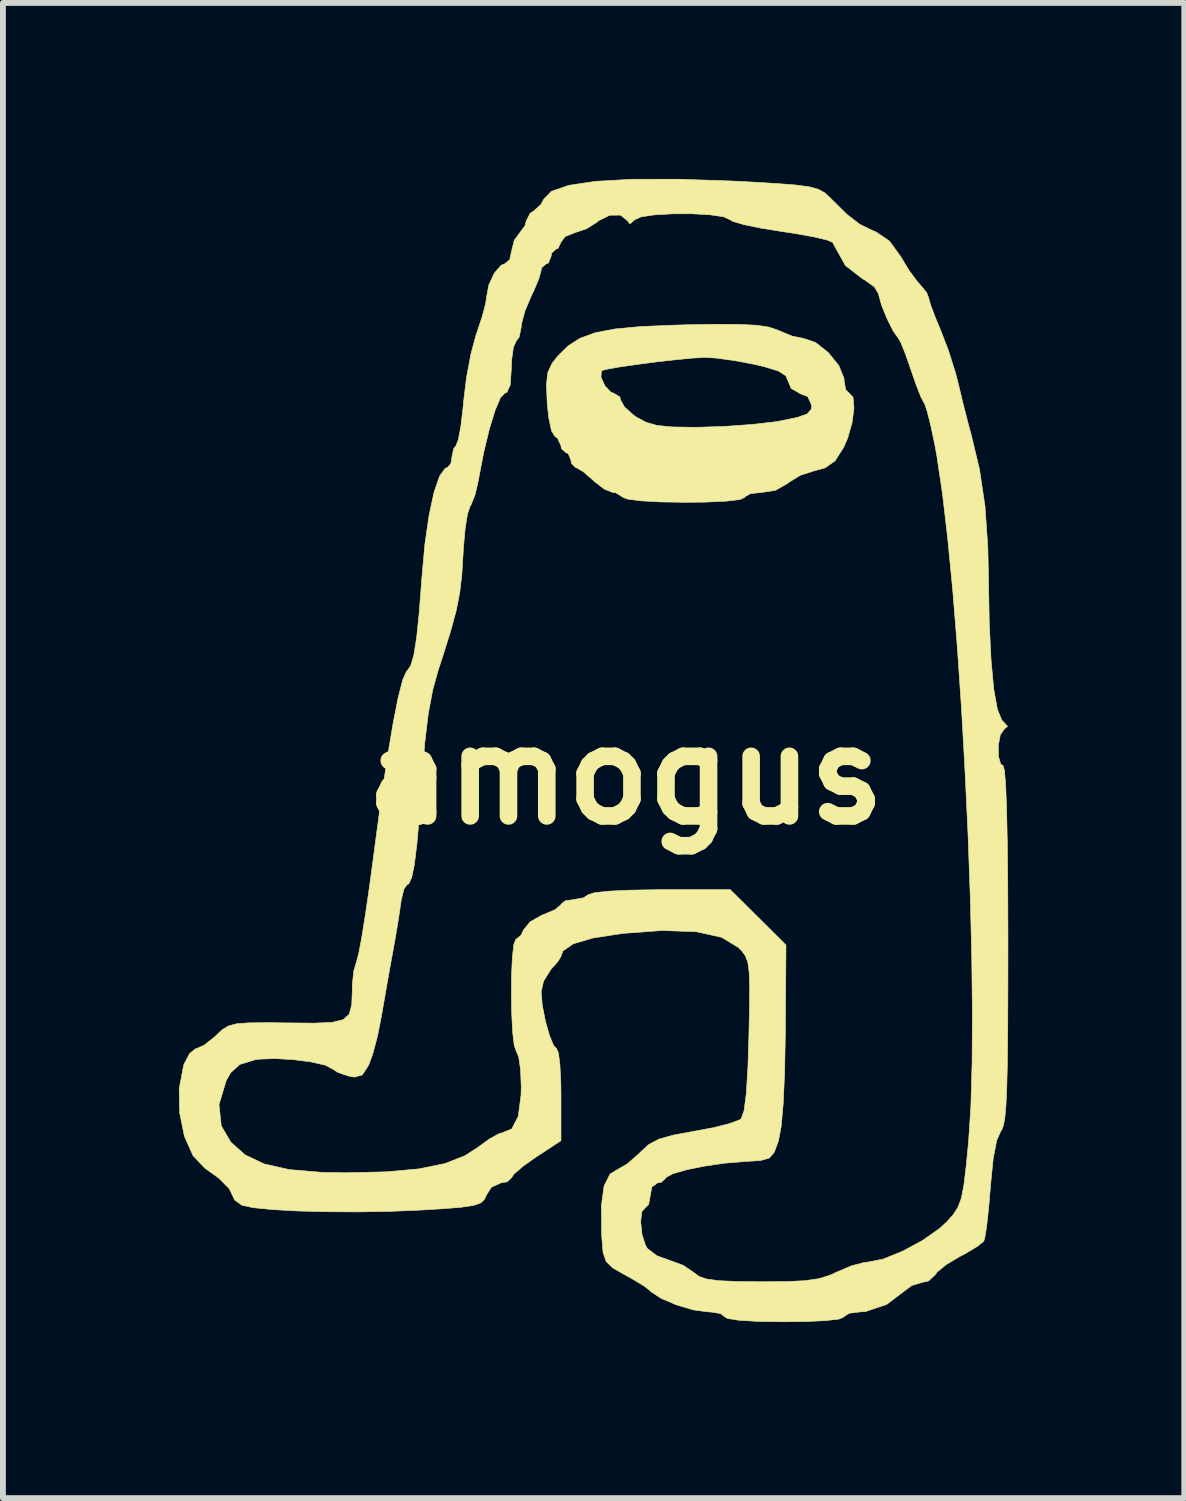
<source format=kicad_pcb>
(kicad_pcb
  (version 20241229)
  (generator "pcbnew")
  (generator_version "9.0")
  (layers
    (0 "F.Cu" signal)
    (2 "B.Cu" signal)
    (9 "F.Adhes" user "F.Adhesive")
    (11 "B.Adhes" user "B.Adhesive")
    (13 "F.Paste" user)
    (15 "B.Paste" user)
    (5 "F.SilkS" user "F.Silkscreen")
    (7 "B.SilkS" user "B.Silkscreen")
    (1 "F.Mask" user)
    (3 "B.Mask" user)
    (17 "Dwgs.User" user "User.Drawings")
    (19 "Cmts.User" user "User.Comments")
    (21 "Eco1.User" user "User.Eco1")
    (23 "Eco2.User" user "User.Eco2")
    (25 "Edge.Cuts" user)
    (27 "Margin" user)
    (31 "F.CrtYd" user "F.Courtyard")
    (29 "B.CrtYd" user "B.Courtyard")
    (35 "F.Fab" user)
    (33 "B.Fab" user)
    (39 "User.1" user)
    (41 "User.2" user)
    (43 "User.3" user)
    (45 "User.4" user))
  (footprint "amogus"
    (layer "F.Cu")
    (at 7.614 10.17)
    (property "Reference" "amogus" (at 0 0 0) (layer "F.SilkS") (effects (font (size 1.524 1.524) (thickness 0.3))))
    (attr through_hole)
    (fp_poly (pts (xy 1.964 -7.689) (xy 2.247 -7.674) (xy 2.445 -7.643) (xy 2.587 -7.596) (xy 2.617 -7.582) (xy 2.843 -7.489) (xy 3.034 -7.451) (xy 3.035 -7.451) (xy 3.238 -7.382) (xy 3.456 -7.21) (xy 3.635 -6.989) (xy 3.723 -6.773) (xy 3.725 -6.739) (xy 3.753 -6.576) (xy 3.81 -6.519) (xy 3.878 -6.448) (xy 3.894 -6.264) (xy 3.862 -6.016) (xy 3.787 -5.752) (xy 3.718 -5.593) (xy 3.57 -5.362) (xy 3.399 -5.243) (xy 3.231 -5.198) (xy 2.98 -5.118) (xy 2.783 -4.997) (xy 2.77 -4.984) (xy 2.555 -4.861) (xy 2.325 -4.826) (xy 2.13 -4.805) (xy 2.034 -4.752) (xy 2.032 -4.741) (xy 1.951 -4.704) (xy 1.72 -4.677) (xy 1.359 -4.66) (xy 1.021 -4.657) (xy 0.6 -4.663) (xy 0.262 -4.682) (xy 0.037 -4.711) (xy -0.042 -4.741) (xy -0.165 -4.819) (xy -0.221 -4.826) (xy -0.362 -4.882) (xy -0.539 -5.019) (xy -0.558 -5.038) (xy -0.721 -5.179) (xy -0.841 -5.248) (xy -0.851 -5.249) (xy -0.922 -5.318) (xy -0.931 -5.376) (xy -0.977 -5.489) (xy -1.016 -5.503) (xy -1.092 -5.571) (xy -1.101 -5.623) (xy -1.161 -5.753) (xy -1.201 -5.777) (xy -1.262 -5.876) (xy -1.311 -6.106) (xy -1.336 -6.355) (xy -1.348 -6.667) (xy -1.334 -6.791) (xy -0.419 -6.791) (xy -0.352 -6.643) (xy -0.251 -6.534) (xy -0.206 -6.519) (xy -0.097 -6.453) (xy -0.085 -6.401) (xy -0.019 -6.282) (xy 0.144 -6.137) (xy 0.191 -6.106) (xy 0.351 -6.02) (xy 0.535 -5.968) (xy 0.788 -5.942) (xy 1.153 -5.936) (xy 1.27 -5.937) (xy 1.705 -5.952) (xy 2.154 -5.984) (xy 2.535 -6.027) (xy 2.625 -6.042) (xy 2.926 -6.103) (xy 3.095 -6.163) (xy 3.165 -6.241) (xy 3.175 -6.308) (xy 3.106 -6.46) (xy 2.99 -6.503) (xy 2.823 -6.599) (xy 2.778 -6.708) (xy 2.732 -6.814) (xy 2.607 -6.895) (xy 2.366 -6.969) (xy 2.201 -7.008) (xy 1.863 -7.072) (xy 1.543 -7.116) (xy 1.352 -7.127) (xy 1.149 -7.116) (xy 0.858 -7.088) (xy 0.52 -7.05) (xy 0.181 -7.005) (xy -0.116 -6.962) (xy -0.328 -6.924) (xy -0.41 -6.9) (xy -0.419 -6.791) (xy -1.334 -6.791) (xy -1.325 -6.869) (xy -1.255 -7.022) (xy -1.159 -7.146) (xy -0.982 -7.321) (xy -0.778 -7.452) (xy -0.52 -7.547) (xy -0.18 -7.612) (xy 0.268 -7.654) (xy 0.851 -7.678) (xy 1.034 -7.683) (xy 1.569 -7.692) (xy 1.964 -7.689)) (stroke (width 0.01) (type solid)) (fill yes) (layer "F.SilkS"))
    (fp_poly (pts (xy 1.843 -10.133) (xy 2.091 -10.12) (xy 2.567 -10.092) (xy 2.904 -10.066) (xy 3.134 -10.035) (xy 3.287 -9.993) (xy 3.394 -9.934) (xy 3.485 -9.851) (xy 3.504 -9.832) (xy 3.774 -9.565) (xy 3.993 -9.396) (xy 4.213 -9.289) (xy 4.262 -9.271) (xy 4.498 -9.111) (xy 4.688 -8.85) (xy 4.834 -8.608) (xy 4.979 -8.414) (xy 5.016 -8.374) (xy 5.132 -8.233) (xy 5.165 -8.15) (xy 5.197 -8.031) (xy 5.279 -7.812) (xy 5.364 -7.609) (xy 5.502 -7.252) (xy 5.626 -6.86) (xy 5.67 -6.689) (xy 5.754 -6.339) (xy 5.845 -5.984) (xy 5.884 -5.842) (xy 6.032 -5.228) (xy 6.127 -4.597) (xy 6.176 -3.892) (xy 6.187 -3.382) (xy 6.2 -2.607) (xy 6.231 -1.968) (xy 6.277 -1.472) (xy 6.339 -1.127) (xy 6.415 -0.941) (xy 6.437 -0.92) (xy 6.512 -0.838) (xy 6.456 -0.791) (xy 6.389 -0.694) (xy 6.355 -0.516) (xy 6.357 -0.327) (xy 6.395 -0.194) (xy 6.435 -0.169) (xy 6.459 -0.085) (xy 6.48 0.163) (xy 6.496 0.573) (xy 6.508 1.139) (xy 6.516 1.857) (xy 6.519 2.722) (xy 6.519 2.885) (xy 6.518 3.708) (xy 6.515 4.378) (xy 6.509 4.91) (xy 6.499 5.319) (xy 6.485 5.621) (xy 6.466 5.832) (xy 6.442 5.968) (xy 6.412 6.043) (xy 6.399 6.059) (xy 6.328 6.218) (xy 6.267 6.534) (xy 6.221 6.995) (xy 6.22 7.017) (xy 6.189 7.382) (xy 6.156 7.684) (xy 6.124 7.884) (xy 6.107 7.938) (xy 6.005 8.023) (xy 5.806 8.144) (xy 5.69 8.205) (xy 5.465 8.339) (xy 5.311 8.466) (xy 5.278 8.513) (xy 5.164 8.618) (xy 5.077 8.636) (xy 4.884 8.693) (xy 4.811 8.745) (xy 4.45 9.018) (xy 4.09 9.139) (xy 4.003 9.144) (xy 3.815 9.167) (xy 3.726 9.222) (xy 3.725 9.229) (xy 3.644 9.266) (xy 3.413 9.293) (xy 3.051 9.31) (xy 2.709 9.313) (xy 2.263 9.307) (xy 1.933 9.287) (xy 1.739 9.257) (xy 1.693 9.229) (xy 1.619 9.172) (xy 1.436 9.145) (xy 1.4 9.144) (xy 1.158 9.111) (xy 0.873 9.027) (xy 0.61 8.916) (xy 0.436 8.803) (xy 0.417 8.781) (xy 0.318 8.705) (xy 0.123 8.587) (xy -0.007 8.515) (xy -0.216 8.396) (xy -0.331 8.286) (xy -0.383 8.13) (xy -0.405 7.869) (xy -0.407 7.82) (xy -0.412 7.335) (xy -0.366 6.999) (xy -0.265 6.797) (xy -0.152 6.726) (xy 0.023 6.626) (xy 0.221 6.455) (xy 0.253 6.422) (xy 0.396 6.291) (xy 0.57 6.199) (xy 0.822 6.129) (xy 1.173 6.065) (xy 1.508 6.002) (xy 1.782 5.932) (xy 1.95 5.868) (xy 1.971 5.852) (xy 2.02 5.718) (xy 2.059 5.421) (xy 2.087 4.96) (xy 2.103 4.445) (xy 2.113 3.948) (xy 2.116 3.592) (xy 2.107 3.348) (xy 2.085 3.186) (xy 2.044 3.077) (xy 1.983 2.993) (xy 1.924 2.932) (xy 1.638 2.759) (xy 1.202 2.663) (xy 0.619 2.643) (xy -0.052 2.693) (xy -0.554 2.77) (xy -0.892 2.87) (xy -1.069 2.993) (xy -1.101 3.084) (xy -1.154 3.173) (xy -1.27 3.302) (xy -1.398 3.506) (xy -1.439 3.688) (xy -1.419 3.919) (xy -1.367 4.184) (xy -1.298 4.43) (xy -1.226 4.604) (xy -1.175 4.657) (xy -1.143 4.735) (xy -1.118 4.946) (xy -1.103 5.251) (xy -1.101 5.441) (xy -1.101 6.226) (xy -1.524 6.503) (xy -1.75 6.663) (xy -1.903 6.796) (xy -1.947 6.861) (xy -2.018 6.927) (xy -2.119 6.943) (xy -2.287 7.019) (xy -2.367 7.145) (xy -2.408 7.23) (xy -2.473 7.289) (xy -2.593 7.33) (xy -2.797 7.36) (xy -3.114 7.386) (xy -3.515 7.41) (xy -4.025 7.431) (xy -4.563 7.44) (xy -5.097 7.437) (xy -5.594 7.424) (xy -6.022 7.4) (xy -6.347 7.368) (xy -6.537 7.327) (xy -6.54 7.326) (xy -6.665 7.236) (xy -6.689 7.182) (xy -6.756 7.044) (xy -6.932 6.866) (xy -7.177 6.689) (xy -7.177 6.689) (xy -7.375 6.478) (xy -7.52 6.151) (xy -7.601 5.755) (xy -7.604 5.61) (xy -6.931 5.61) (xy -6.892 5.973) (xy -6.73 6.251) (xy -6.486 6.468) (xy -6.161 6.622) (xy -5.73 6.719) (xy -5.172 6.766) (xy -4.784 6.773) (xy -4.08 6.757) (xy -3.519 6.706) (xy -3.08 6.616) (xy -2.739 6.483) (xy -2.524 6.344) (xy -2.319 6.196) (xy -2.159 6.107) (xy -2.116 6.096) (xy -1.94 6.026) (xy -1.829 5.811) (xy -1.781 5.445) (xy -1.778 5.303) (xy -1.79 5.012) (xy -1.822 4.794) (xy -1.863 4.699) (xy -1.898 4.6) (xy -1.924 4.379) (xy -1.94 4.077) (xy -1.946 3.735) (xy -1.943 3.395) (xy -1.929 3.098) (xy -1.905 2.884) (xy -1.871 2.795) (xy -1.868 2.794) (xy -1.782 2.724) (xy -1.737 2.63) (xy -1.627 2.495) (xy -1.424 2.38) (xy -1.393 2.369) (xy -1.201 2.287) (xy -1.104 2.207) (xy -1.101 2.195) (xy -1.028 2.136) (xy -0.894 2.117) (xy -0.715 2.085) (xy -0.635 2.032) (xy -0.532 1.999) (xy -0.284 1.972) (xy 0.083 1.955) (xy 0.545 1.947) (xy 0.601 1.947) (xy 1.785 1.947) (xy 2.26 2.418) (xy 2.735 2.889) (xy 2.724 4.396) (xy 2.712 5.053) (xy 2.688 5.587) (xy 2.653 5.984) (xy 2.607 6.227) (xy 2.605 6.233) (xy 2.536 6.421) (xy 2.452 6.521) (xy 2.303 6.564) (xy 2.036 6.581) (xy 2.032 6.581) (xy 1.694 6.609) (xy 1.349 6.659) (xy 1.039 6.722) (xy 0.804 6.79) (xy 0.684 6.855) (xy 0.677 6.872) (xy 0.609 6.935) (xy 0.55 6.943) (xy 0.448 7.016) (xy 0.423 7.154) (xy 0.394 7.313) (xy 0.339 7.366) (xy 0.277 7.437) (xy 0.258 7.609) (xy 0.28 7.821) (xy 0.339 8.009) (xy 0.372 8.064) (xy 0.533 8.187) (xy 0.745 8.264) (xy 0.986 8.352) (xy 1.16 8.471) (xy 1.251 8.54) (xy 1.385 8.585) (xy 1.596 8.613) (xy 1.916 8.627) (xy 2.289 8.631) (xy 2.742 8.628) (xy 3.065 8.612) (xy 3.301 8.577) (xy 3.489 8.518) (xy 3.598 8.467) (xy 3.85 8.36) (xy 4.072 8.301) (xy 4.122 8.297) (xy 4.384 8.247) (xy 4.715 8.114) (xy 5.059 7.929) (xy 5.356 7.721) (xy 5.477 7.609) (xy 5.589 7.483) (xy 5.668 7.36) (xy 5.725 7.205) (xy 5.768 6.983) (xy 5.807 6.658) (xy 5.848 6.242) (xy 5.887 5.641) (xy 5.908 4.899) (xy 5.913 4.039) (xy 5.902 3.088) (xy 5.877 2.07) (xy 5.839 1.011) (xy 5.788 -0.064) (xy 5.728 -1.13) (xy 5.658 -2.162) (xy 5.58 -3.134) (xy 5.494 -4.021) (xy 5.404 -4.799) (xy 5.308 -5.441) (xy 5.274 -5.63) (xy 5.207 -5.95) (xy 5.145 -6.199) (xy 5.099 -6.337) (xy 5.09 -6.35) (xy 5.038 -6.447) (xy 4.955 -6.658) (xy 4.871 -6.9) (xy 4.777 -7.171) (xy 4.697 -7.371) (xy 4.653 -7.451) (xy 4.565 -7.574) (xy 4.458 -7.787) (xy 4.365 -8.016) (xy 4.317 -8.188) (xy 4.316 -8.205) (xy 4.245 -8.327) (xy 4.072 -8.452) (xy 4.041 -8.467) (xy 3.749 -8.693) (xy 3.544 -9.06) (xy 3.534 -9.086) (xy 3.445 -9.126) (xy 3.225 -9.179) (xy 2.912 -9.236) (xy 2.673 -9.272) (xy 2.314 -9.33) (xy 2.02 -9.39) (xy 1.832 -9.445) (xy 1.784 -9.473) (xy 1.67 -9.525) (xy 1.437 -9.559) (xy 1.131 -9.576) (xy 0.802 -9.575) (xy 0.497 -9.558) (xy 0.264 -9.523) (xy 0.154 -9.473) (xy 0.075 -9.403) (xy 0.029 -9.461) (xy -0.086 -9.553) (xy -0.27 -9.551) (xy -0.455 -9.461) (xy -0.482 -9.436) (xy -0.662 -9.322) (xy -0.857 -9.256) (xy -1.031 -9.187) (xy -1.101 -9.091) (xy -1.15 -8.985) (xy -1.185 -8.975) (xy -1.26 -8.906) (xy -1.27 -8.848) (xy -1.316 -8.735) (xy -1.355 -8.721) (xy -1.433 -8.654) (xy -1.439 -8.612) (xy -1.476 -8.473) (xy -1.567 -8.256) (xy -1.609 -8.17) (xy -1.715 -7.919) (xy -1.774 -7.699) (xy -1.778 -7.649) (xy -1.812 -7.477) (xy -1.863 -7.408) (xy -1.912 -7.3) (xy -1.942 -7.082) (xy -1.947 -6.938) (xy -1.966 -6.657) (xy -2.024 -6.53) (xy -2.058 -6.519) (xy -2.132 -6.441) (xy -2.223 -6.227) (xy -2.321 -5.908) (xy -2.416 -5.516) (xy -2.5 -5.082) (xy -2.507 -5.038) (xy -2.563 -4.793) (xy -2.634 -4.613) (xy -2.65 -4.588) (xy -2.695 -4.456) (xy -2.735 -4.203) (xy -2.764 -3.877) (xy -2.769 -3.784) (xy -2.791 -3.424) (xy -2.827 -3.116) (xy -2.887 -2.81) (xy -2.982 -2.459) (xy -3.121 -2.016) (xy -3.189 -1.811) (xy -3.287 -1.46) (xy -3.363 -1.054) (xy -3.423 -0.556) (xy -3.47 0.052) (xy -3.515 0.693) (xy -3.558 1.178) (xy -3.601 1.523) (xy -3.646 1.741) (xy -3.696 1.847) (xy -3.727 1.863) (xy -3.778 1.937) (xy -3.824 2.123) (xy -3.832 2.18) (xy -3.871 2.444) (xy -3.927 2.783) (xy -3.968 3.006) (xy -4.034 3.372) (xy -4.109 3.799) (xy -4.162 4.106) (xy -4.229 4.444) (xy -4.309 4.747) (xy -4.38 4.939) (xy -4.489 5.105) (xy -4.622 5.142) (xy -4.725 5.123) (xy -4.907 5.061) (xy -4.994 5.004) (xy -5.117 4.939) (xy -5.357 4.884) (xy -5.66 4.844) (xy -5.974 4.826) (xy -6.245 4.836) (xy -6.321 4.848) (xy -6.575 4.926) (xy -6.731 5.065) (xy -6.808 5.202) (xy -6.931 5.61) (xy -7.604 5.61) (xy -7.609 5.339) (xy -7.535 4.948) (xy -7.527 4.923) (xy -7.433 4.742) (xy -7.328 4.657) (xy -7.319 4.657) (xy -7.188 4.601) (xy -7.012 4.463) (xy -6.978 4.43) (xy -6.875 4.334) (xy -6.772 4.271) (xy -6.633 4.233) (xy -6.423 4.217) (xy -6.108 4.214) (xy -5.756 4.218) (xy -5.309 4.222) (xy -5.003 4.209) (xy -4.813 4.163) (xy -4.71 4.069) (xy -4.668 3.909) (xy -4.658 3.669) (xy -4.658 3.576) (xy -4.634 3.335) (xy -4.58 3.153) (xy -4.547 3.027) (xy -4.497 2.761) (xy -4.436 2.381) (xy -4.368 1.915) (xy -4.297 1.39) (xy -4.276 1.228) (xy -4.166 0.406) (xy -4.061 -0.301) (xy -3.964 -0.882) (xy -3.876 -1.328) (xy -3.799 -1.628) (xy -3.736 -1.771) (xy -3.728 -1.778) (xy -3.664 -1.867) (xy -3.61 -2.049) (xy -3.562 -2.344) (xy -3.518 -2.768) (xy -3.474 -3.343) (xy -3.472 -3.371) (xy -3.421 -3.939) (xy -3.35 -4.432) (xy -3.265 -4.827) (xy -3.17 -5.103) (xy -3.072 -5.239) (xy -3.036 -5.249) (xy -2.976 -5.32) (xy -2.963 -5.414) (xy -2.93 -5.572) (xy -2.89 -5.623) (xy -2.851 -5.723) (xy -2.808 -5.949) (xy -2.771 -6.26) (xy -2.76 -6.38) (xy -2.711 -6.784) (xy -2.635 -7.189) (xy -2.547 -7.515) (xy -2.536 -7.545) (xy -2.444 -7.821) (xy -2.384 -8.049) (xy -2.371 -8.144) (xy -2.332 -8.358) (xy -2.237 -8.564) (xy -2.12 -8.699) (xy -2.061 -8.721) (xy -1.974 -8.793) (xy -1.947 -8.922) (xy -1.897 -9.124) (xy -1.82 -9.229) (xy -1.713 -9.374) (xy -1.693 -9.453) (xy -1.625 -9.586) (xy -1.57 -9.62) (xy -1.44 -9.736) (xy -1.397 -9.82) (xy -1.266 -9.957) (xy -0.97 -10.06) (xy -0.509 -10.129) (xy 0.113 -10.164) (xy 0.898 -10.165) (xy 1.843 -10.133)) (stroke (width 0.01) (type solid)) (fill yes) (layer "F.SilkS")))
  (gr_rect
    (start -3 -3)
    (end 17.139 22.489)
    (stroke (width 0.1) (type default))
    (fill no)
    (layer "Edge.Cuts")))
</source>
